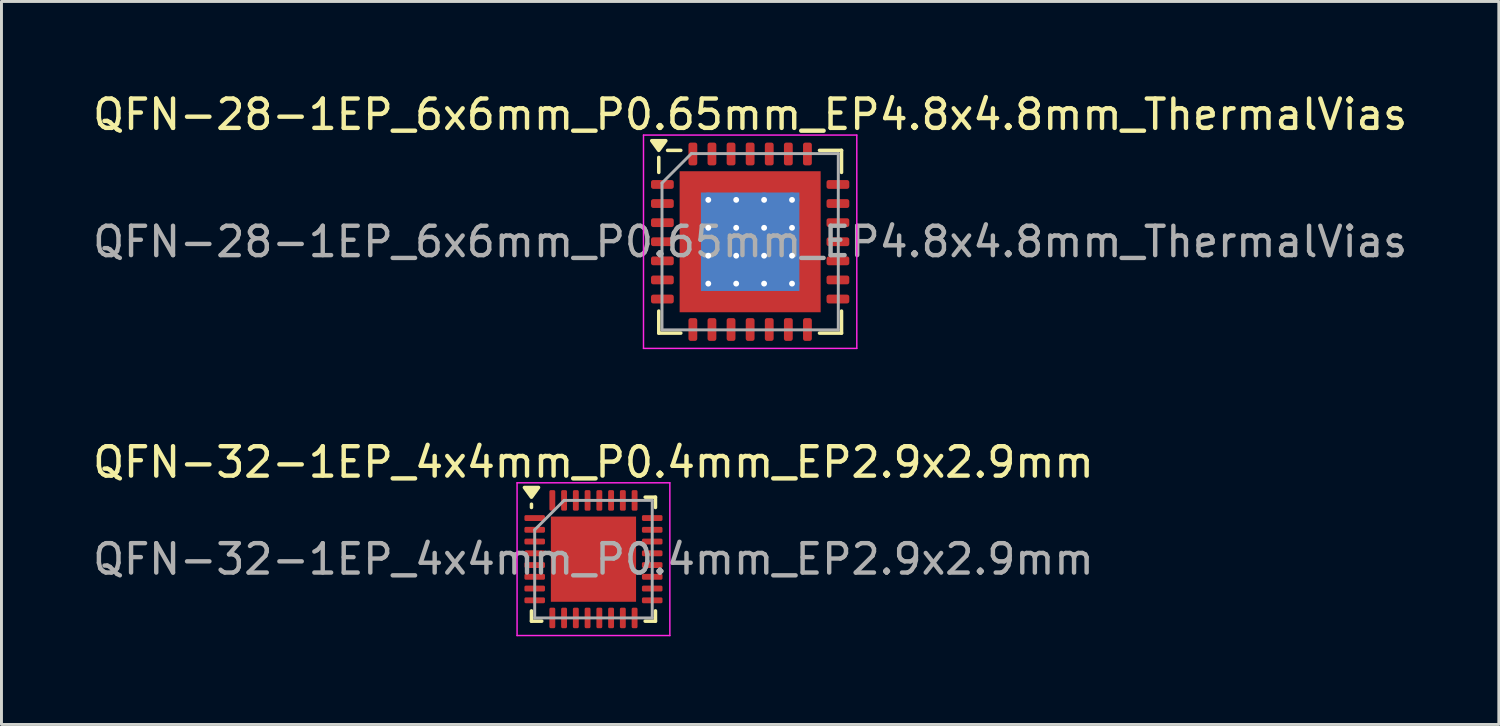
<source format=kicad_pcb>
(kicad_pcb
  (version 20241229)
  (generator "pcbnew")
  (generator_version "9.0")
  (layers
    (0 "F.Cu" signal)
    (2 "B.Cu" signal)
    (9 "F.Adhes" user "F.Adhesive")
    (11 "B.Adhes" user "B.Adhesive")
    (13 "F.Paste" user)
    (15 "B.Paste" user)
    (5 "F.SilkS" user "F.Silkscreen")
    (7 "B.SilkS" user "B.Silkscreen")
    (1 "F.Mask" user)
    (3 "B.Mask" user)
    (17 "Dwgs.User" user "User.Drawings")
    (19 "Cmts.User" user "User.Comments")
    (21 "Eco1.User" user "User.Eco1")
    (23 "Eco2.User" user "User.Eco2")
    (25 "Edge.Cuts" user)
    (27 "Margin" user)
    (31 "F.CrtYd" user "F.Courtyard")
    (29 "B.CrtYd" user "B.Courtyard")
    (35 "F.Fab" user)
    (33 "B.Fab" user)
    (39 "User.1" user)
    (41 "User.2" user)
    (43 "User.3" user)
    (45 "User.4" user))
  (footprint "QFN-32-1EP_4x4mm_P0.4mm_EP2.9x2.9mm"
    (layer "F.Cu")
    (at 17.149 15.982)
    (property "Reference" "QFN-32-1EP_4x4mm_P0.4mm_EP2.9x2.9mm" (at 0 -3.3 0) (layer "F.SilkS") (effects (font (size 1 1) (thickness 0.15))))
    (attr smd)
    (fp_line (start -2.11 -1.76) (end -2.11 -1.87) (stroke (width 0.12) (type solid)) (layer "F.SilkS"))
    (fp_line (start -2.11 2.11) (end -2.11 1.76) (stroke (width 0.12) (type solid)) (layer "F.SilkS"))
    (fp_line (start -1.76 2.11) (end -2.11 2.11) (stroke (width 0.12) (type solid)) (layer "F.SilkS"))
    (fp_line (start 1.76 -2.11) (end 2.11 -2.11) (stroke (width 0.12) (type solid)) (layer "F.SilkS"))
    (fp_line (start 1.76 2.11) (end 2.11 2.11) (stroke (width 0.12) (type solid)) (layer "F.SilkS"))
    (fp_line (start 2.11 -2.11) (end 2.11 -1.76) (stroke (width 0.12) (type solid)) (layer "F.SilkS"))
    (fp_line (start 2.11 2.11) (end 2.11 1.76) (stroke (width 0.12) (type solid)) (layer "F.SilkS"))
    (fp_poly (pts (xy -2.11 -2.11) (xy -2.35 -2.44) (xy -1.87 -2.44) (xy -2.11 -2.11)) (stroke (width 0.12) (type solid)) (fill yes) (layer "F.SilkS"))
    (fp_line (start -2.6 -2.6) (end -2.6 2.6) (stroke (width 0.05) (type solid)) (layer "F.CrtYd"))
    (fp_line (start -2.6 2.6) (end 2.6 2.6) (stroke (width 0.05) (type solid)) (layer "F.CrtYd"))
    (fp_line (start 2.6 -2.6) (end -2.6 -2.6) (stroke (width 0.05) (type solid)) (layer "F.CrtYd"))
    (fp_line (start 2.6 2.6) (end 2.6 -2.6) (stroke (width 0.05) (type solid)) (layer "F.CrtYd"))
    (fp_line (start -2 -1) (end -1 -2) (stroke (width 0.1) (type solid)) (layer "F.Fab"))
    (fp_line (start -2 2) (end -2 -1) (stroke (width 0.1) (type solid)) (layer "F.Fab"))
    (fp_line (start -1 -2) (end 2 -2) (stroke (width 0.1) (type solid)) (layer "F.Fab"))
    (fp_line (start 2 -2) (end 2 2) (stroke (width 0.1) (type solid)) (layer "F.Fab"))
    (fp_line (start 2 2) (end -2 2) (stroke (width 0.1) (type solid)) (layer "F.Fab"))
    (fp_text user "${REFERENCE}" (at 0 0 0) (layer "F.Fab") (effects (font (size 1 1) (thickness 0.15))))
    (pad "" smd roundrect (at -0.725 -0.725) (size 1.17 1.17) (layers "F.Paste") (roundrect_rratio 0.214))
    (pad "" smd roundrect (at -0.725 0.725) (size 1.17 1.17) (layers "F.Paste") (roundrect_rratio 0.214))
    (pad "" smd roundrect (at 0.725 -0.725) (size 1.17 1.17) (layers "F.Paste") (roundrect_rratio 0.214))
    (pad "" smd roundrect (at 0.725 0.725) (size 1.17 1.17) (layers "F.Paste") (roundrect_rratio 0.214))
    (pad "1" smd roundrect (at -2 -1.4) (size 0.7 0.2) (layers "F.Cu" "F.Mask" "F.Paste") (roundrect_rratio 0.25))
    (pad "2" smd roundrect (at -2 -1) (size 0.7 0.2) (layers "F.Cu" "F.Mask" "F.Paste") (roundrect_rratio 0.25))
    (pad "3" smd roundrect (at -2 -0.6) (size 0.7 0.2) (layers "F.Cu" "F.Mask" "F.Paste") (roundrect_rratio 0.25))
    (pad "4" smd roundrect (at -2 -0.2) (size 0.7 0.2) (layers "F.Cu" "F.Mask" "F.Paste") (roundrect_rratio 0.25))
    (pad "5" smd roundrect (at -2 0.2) (size 0.7 0.2) (layers "F.Cu" "F.Mask" "F.Paste") (roundrect_rratio 0.25))
    (pad "6" smd roundrect (at -2 0.6) (size 0.7 0.2) (layers "F.Cu" "F.Mask" "F.Paste") (roundrect_rratio 0.25))
    (pad "7" smd roundrect (at -2 1) (size 0.7 0.2) (layers "F.Cu" "F.Mask" "F.Paste") (roundrect_rratio 0.25))
    (pad "8" smd roundrect (at -2 1.4) (size 0.7 0.2) (layers "F.Cu" "F.Mask" "F.Paste") (roundrect_rratio 0.25))
    (pad "9" smd roundrect (at -1.4 2) (size 0.2 0.7) (layers "F.Cu" "F.Mask" "F.Paste") (roundrect_rratio 0.25))
    (pad "10" smd roundrect (at -1 2) (size 0.2 0.7) (layers "F.Cu" "F.Mask" "F.Paste") (roundrect_rratio 0.25))
    (pad "11" smd roundrect (at -0.6 2) (size 0.2 0.7) (layers "F.Cu" "F.Mask" "F.Paste") (roundrect_rratio 0.25))
    (pad "12" smd roundrect (at -0.2 2) (size 0.2 0.7) (layers "F.Cu" "F.Mask" "F.Paste") (roundrect_rratio 0.25))
    (pad "13" smd roundrect (at 0.2 2) (size 0.2 0.7) (layers "F.Cu" "F.Mask" "F.Paste") (roundrect_rratio 0.25))
    (pad "14" smd roundrect (at 0.6 2) (size 0.2 0.7) (layers "F.Cu" "F.Mask" "F.Paste") (roundrect_rratio 0.25))
    (pad "15" smd roundrect (at 1 2) (size 0.2 0.7) (layers "F.Cu" "F.Mask" "F.Paste") (roundrect_rratio 0.25))
    (pad "16" smd roundrect (at 1.4 2) (size 0.2 0.7) (layers "F.Cu" "F.Mask" "F.Paste") (roundrect_rratio 0.25))
    (pad "17" smd roundrect (at 2 1.4) (size 0.7 0.2) (layers "F.Cu" "F.Mask" "F.Paste") (roundrect_rratio 0.25))
    (pad "18" smd roundrect (at 2 1) (size 0.7 0.2) (layers "F.Cu" "F.Mask" "F.Paste") (roundrect_rratio 0.25))
    (pad "19" smd roundrect (at 2 0.6) (size 0.7 0.2) (layers "F.Cu" "F.Mask" "F.Paste") (roundrect_rratio 0.25))
    (pad "20" smd roundrect (at 2 0.2) (size 0.7 0.2) (layers "F.Cu" "F.Mask" "F.Paste") (roundrect_rratio 0.25))
    (pad "21" smd roundrect (at 2 -0.2) (size 0.7 0.2) (layers "F.Cu" "F.Mask" "F.Paste") (roundrect_rratio 0.25))
    (pad "22" smd roundrect (at 2 -0.6) (size 0.7 0.2) (layers "F.Cu" "F.Mask" "F.Paste") (roundrect_rratio 0.25))
    (pad "23" smd roundrect (at 2 -1) (size 0.7 0.2) (layers "F.Cu" "F.Mask" "F.Paste") (roundrect_rratio 0.25))
    (pad "24" smd roundrect (at 2 -1.4) (size 0.7 0.2) (layers "F.Cu" "F.Mask" "F.Paste") (roundrect_rratio 0.25))
    (pad "25" smd roundrect (at 1.4 -2) (size 0.2 0.7) (layers "F.Cu" "F.Mask" "F.Paste") (roundrect_rratio 0.25))
    (pad "26" smd roundrect (at 1 -2) (size 0.2 0.7) (layers "F.Cu" "F.Mask" "F.Paste") (roundrect_rratio 0.25))
    (pad "27" smd roundrect (at 0.6 -2) (size 0.2 0.7) (layers "F.Cu" "F.Mask" "F.Paste") (roundrect_rratio 0.25))
    (pad "28" smd roundrect (at 0.2 -2) (size 0.2 0.7) (layers "F.Cu" "F.Mask" "F.Paste") (roundrect_rratio 0.25))
    (pad "29" smd roundrect (at -0.2 -2) (size 0.2 0.7) (layers "F.Cu" "F.Mask" "F.Paste") (roundrect_rratio 0.25))
    (pad "30" smd roundrect (at -0.6 -2) (size 0.2 0.7) (layers "F.Cu" "F.Mask" "F.Paste") (roundrect_rratio 0.25))
    (pad "31" smd roundrect (at -1 -2) (size 0.2 0.7) (layers "F.Cu" "F.Mask" "F.Paste") (roundrect_rratio 0.25))
    (pad "32" smd roundrect (at -1.4 -2) (size 0.2 0.7) (layers "F.Cu" "F.Mask" "F.Paste") (roundrect_rratio 0.25))
    (pad "33" smd rect (at 0 0) (size 2.9 2.9) (property pad_prop_heatsink) (layers "F.Cu" "F.Mask")))
  (footprint "QFN-28-1EP_6x6mm_P0.65mm_EP4.8x4.8mm_ThermalVias"
    (layer "F.Cu")
    (at 22.482 5.178)
    (property "Reference" "QFN-28-1EP_6x6mm_P0.65mm_EP4.8x4.8mm_ThermalVias" (at 0 -4.33 0) (layer "F.SilkS") (effects (font (size 1 1) (thickness 0.15))))
    (attr smd)
    (fp_line (start -3.11 -2.36) (end -3.11 -2.87) (stroke (width 0.12) (type solid)) (layer "F.SilkS"))
    (fp_line (start -3.11 3.11) (end -3.11 2.36) (stroke (width 0.12) (type solid)) (layer "F.SilkS"))
    (fp_line (start -2.36 -3.11) (end -2.81 -3.11) (stroke (width 0.12) (type solid)) (layer "F.SilkS"))
    (fp_line (start -2.36 3.11) (end -3.11 3.11) (stroke (width 0.12) (type solid)) (layer "F.SilkS"))
    (fp_line (start 2.36 -3.11) (end 3.11 -3.11) (stroke (width 0.12) (type solid)) (layer "F.SilkS"))
    (fp_line (start 2.36 3.11) (end 3.11 3.11) (stroke (width 0.12) (type solid)) (layer "F.SilkS"))
    (fp_line (start 3.11 -3.11) (end 3.11 -2.36) (stroke (width 0.12) (type solid)) (layer "F.SilkS"))
    (fp_line (start 3.11 3.11) (end 3.11 2.36) (stroke (width 0.12) (type solid)) (layer "F.SilkS"))
    (fp_poly (pts (xy -3.11 -3.11) (xy -3.35 -3.44) (xy -2.87 -3.44) (xy -3.11 -3.11)) (stroke (width 0.12) (type solid)) (fill yes) (layer "F.SilkS"))
    (fp_line (start -3.63 -3.63) (end -3.63 3.63) (stroke (width 0.05) (type solid)) (layer "F.CrtYd"))
    (fp_line (start -3.63 3.63) (end 3.63 3.63) (stroke (width 0.05) (type solid)) (layer "F.CrtYd"))
    (fp_line (start 3.63 -3.63) (end -3.63 -3.63) (stroke (width 0.05) (type solid)) (layer "F.CrtYd"))
    (fp_line (start 3.63 3.63) (end 3.63 -3.63) (stroke (width 0.05) (type solid)) (layer "F.CrtYd"))
    (fp_line (start -3 -2) (end -2 -3) (stroke (width 0.1) (type solid)) (layer "F.Fab"))
    (fp_line (start -3 3) (end -3 -2) (stroke (width 0.1) (type solid)) (layer "F.Fab"))
    (fp_line (start -2 -3) (end 3 -3) (stroke (width 0.1) (type solid)) (layer "F.Fab"))
    (fp_line (start 3 -3) (end 3 3) (stroke (width 0.1) (type solid)) (layer "F.Fab"))
    (fp_line (start 3 3) (end -3 3) (stroke (width 0.1) (type solid)) (layer "F.Fab"))
    (fp_text user "${REFERENCE}" (at 0 0 0) (layer "F.Fab") (effects (font (size 1 1) (thickness 0.15))))
    (pad "" smd roundrect (at -1.913 -1.913) (size 0.786 0.786) (layers "F.Paste") (roundrect_rratio 0.25))
    (pad "" smd roundrect (at -1.913 -0.95) (size 0.786 0.766) (layers "F.Paste") (roundrect_rratio 0.25))
    (pad "" smd roundrect (at -1.913 0) (size 0.786 0.766) (layers "F.Paste") (roundrect_rratio 0.25))
    (pad "" smd roundrect (at -1.913 0.95) (size 0.786 0.766) (layers "F.Paste") (roundrect_rratio 0.25))
    (pad "" smd roundrect (at -1.913 1.913) (size 0.786 0.786) (layers "F.Paste") (roundrect_rratio 0.25))
    (pad "" smd roundrect (at -0.95 -1.913) (size 0.766 0.786) (layers "F.Paste") (roundrect_rratio 0.25))
    (pad "" smd roundrect (at -0.95 -0.95) (size 0.766 0.766) (layers "F.Paste") (roundrect_rratio 0.25))
    (pad "" smd roundrect (at -0.95 0) (size 0.766 0.766) (layers "F.Paste") (roundrect_rratio 0.25))
    (pad "" smd roundrect (at -0.95 0.95) (size 0.766 0.766) (layers "F.Paste") (roundrect_rratio 0.25))
    (pad "" smd roundrect (at -0.95 1.913) (size 0.766 0.786) (layers "F.Paste") (roundrect_rratio 0.25))
    (pad "" smd roundrect (at 0 -1.913) (size 0.766 0.786) (layers "F.Paste") (roundrect_rratio 0.25))
    (pad "" smd roundrect (at 0 -0.95) (size 0.766 0.766) (layers "F.Paste") (roundrect_rratio 0.25))
    (pad "" smd roundrect (at 0 0) (size 0.766 0.766) (layers "F.Paste") (roundrect_rratio 0.25))
    (pad "" smd roundrect (at 0 0.95) (size 0.766 0.766) (layers "F.Paste") (roundrect_rratio 0.25))
    (pad "" smd roundrect (at 0 1.913) (size 0.766 0.786) (layers "F.Paste") (roundrect_rratio 0.25))
    (pad "" smd roundrect (at 0.95 -1.913) (size 0.766 0.786) (layers "F.Paste") (roundrect_rratio 0.25))
    (pad "" smd roundrect (at 0.95 -0.95) (size 0.766 0.766) (layers "F.Paste") (roundrect_rratio 0.25))
    (pad "" smd roundrect (at 0.95 0) (size 0.766 0.766) (layers "F.Paste") (roundrect_rratio 0.25))
    (pad "" smd roundrect (at 0.95 0.95) (size 0.766 0.766) (layers "F.Paste") (roundrect_rratio 0.25))
    (pad "" smd roundrect (at 0.95 1.913) (size 0.766 0.786) (layers "F.Paste") (roundrect_rratio 0.25))
    (pad "" smd roundrect (at 1.913 -1.913) (size 0.786 0.786) (layers "F.Paste") (roundrect_rratio 0.25))
    (pad "" smd roundrect (at 1.913 -0.95) (size 0.786 0.766) (layers "F.Paste") (roundrect_rratio 0.25))
    (pad "" smd roundrect (at 1.913 0) (size 0.786 0.766) (layers "F.Paste") (roundrect_rratio 0.25))
    (pad "" smd roundrect (at 1.913 0.95) (size 0.786 0.766) (layers "F.Paste") (roundrect_rratio 0.25))
    (pad "" smd roundrect (at 1.913 1.913) (size 0.786 0.786) (layers "F.Paste") (roundrect_rratio 0.25))
    (pad "1" smd roundrect (at -2.987 -1.95) (size 0.775 0.3) (layers "F.Cu" "F.Mask" "F.Paste") (roundrect_rratio 0.25))
    (pad "2" smd roundrect (at -2.987 -1.3) (size 0.775 0.3) (layers "F.Cu" "F.Mask" "F.Paste") (roundrect_rratio 0.25))
    (pad "3" smd roundrect (at -2.987 -0.65) (size 0.775 0.3) (layers "F.Cu" "F.Mask" "F.Paste") (roundrect_rratio 0.25))
    (pad "4" smd roundrect (at -2.987 0) (size 0.775 0.3) (layers "F.Cu" "F.Mask" "F.Paste") (roundrect_rratio 0.25))
    (pad "5" smd roundrect (at -2.987 0.65) (size 0.775 0.3) (layers "F.Cu" "F.Mask" "F.Paste") (roundrect_rratio 0.25))
    (pad "6" smd roundrect (at -2.987 1.3) (size 0.775 0.3) (layers "F.Cu" "F.Mask" "F.Paste") (roundrect_rratio 0.25))
    (pad "7" smd roundrect (at -2.987 1.95) (size 0.775 0.3) (layers "F.Cu" "F.Mask" "F.Paste") (roundrect_rratio 0.25))
    (pad "8" smd roundrect (at -1.95 2.987) (size 0.3 0.775) (layers "F.Cu" "F.Mask" "F.Paste") (roundrect_rratio 0.25))
    (pad "9" smd roundrect (at -1.3 2.987) (size 0.3 0.775) (layers "F.Cu" "F.Mask" "F.Paste") (roundrect_rratio 0.25))
    (pad "10" smd roundrect (at -0.65 2.987) (size 0.3 0.775) (layers "F.Cu" "F.Mask" "F.Paste") (roundrect_rratio 0.25))
    (pad "11" smd roundrect (at 0 2.987) (size 0.3 0.775) (layers "F.Cu" "F.Mask" "F.Paste") (roundrect_rratio 0.25))
    (pad "12" smd roundrect (at 0.65 2.987) (size 0.3 0.775) (layers "F.Cu" "F.Mask" "F.Paste") (roundrect_rratio 0.25))
    (pad "13" smd roundrect (at 1.3 2.987) (size 0.3 0.775) (layers "F.Cu" "F.Mask" "F.Paste") (roundrect_rratio 0.25))
    (pad "14" smd roundrect (at 1.95 2.987) (size 0.3 0.775) (layers "F.Cu" "F.Mask" "F.Paste") (roundrect_rratio 0.25))
    (pad "15" smd roundrect (at 2.987 1.95) (size 0.775 0.3) (layers "F.Cu" "F.Mask" "F.Paste") (roundrect_rratio 0.25))
    (pad "16" smd roundrect (at 2.987 1.3) (size 0.775 0.3) (layers "F.Cu" "F.Mask" "F.Paste") (roundrect_rratio 0.25))
    (pad "17" smd roundrect (at 2.987 0.65) (size 0.775 0.3) (layers "F.Cu" "F.Mask" "F.Paste") (roundrect_rratio 0.25))
    (pad "18" smd roundrect (at 2.987 0) (size 0.775 0.3) (layers "F.Cu" "F.Mask" "F.Paste") (roundrect_rratio 0.25))
    (pad "19" smd roundrect (at 2.987 -0.65) (size 0.775 0.3) (layers "F.Cu" "F.Mask" "F.Paste") (roundrect_rratio 0.25))
    (pad "20" smd roundrect (at 2.987 -1.3) (size 0.775 0.3) (layers "F.Cu" "F.Mask" "F.Paste") (roundrect_rratio 0.25))
    (pad "21" smd roundrect (at 2.987 -1.95) (size 0.775 0.3) (layers "F.Cu" "F.Mask" "F.Paste") (roundrect_rratio 0.25))
    (pad "22" smd roundrect (at 1.95 -2.987) (size 0.3 0.775) (layers "F.Cu" "F.Mask" "F.Paste") (roundrect_rratio 0.25))
    (pad "23" smd roundrect (at 1.3 -2.987) (size 0.3 0.775) (layers "F.Cu" "F.Mask" "F.Paste") (roundrect_rratio 0.25))
    (pad "24" smd roundrect (at 0.65 -2.987) (size 0.3 0.775) (layers "F.Cu" "F.Mask" "F.Paste") (roundrect_rratio 0.25))
    (pad "25" smd roundrect (at 0 -2.987) (size 0.3 0.775) (layers "F.Cu" "F.Mask" "F.Paste") (roundrect_rratio 0.25))
    (pad "26" smd roundrect (at -0.65 -2.987) (size 0.3 0.775) (layers "F.Cu" "F.Mask" "F.Paste") (roundrect_rratio 0.25))
    (pad "27" smd roundrect (at -1.3 -2.987) (size 0.3 0.775) (layers "F.Cu" "F.Mask" "F.Paste") (roundrect_rratio 0.25))
    (pad "28" smd roundrect (at -1.95 -2.987) (size 0.3 0.775) (layers "F.Cu" "F.Mask" "F.Paste") (roundrect_rratio 0.25))
    (pad "29" thru_hole circle (at -1.425 -1.425) (size 0.5 0.5) (drill 0.2) (property pad_prop_heatsink) (layers "*.Cu"))
    (pad "29" thru_hole circle (at -1.425 -0.475) (size 0.5 0.5) (drill 0.2) (property pad_prop_heatsink) (layers "*.Cu"))
    (pad "29" thru_hole circle (at -1.425 0.475) (size 0.5 0.5) (drill 0.2) (property pad_prop_heatsink) (layers "*.Cu"))
    (pad "29" thru_hole circle (at -1.425 1.425) (size 0.5 0.5) (drill 0.2) (property pad_prop_heatsink) (layers "*.Cu"))
    (pad "29" thru_hole circle (at -0.475 -1.425) (size 0.5 0.5) (drill 0.2) (property pad_prop_heatsink) (layers "*.Cu"))
    (pad "29" thru_hole circle (at -0.475 -0.475) (size 0.5 0.5) (drill 0.2) (property pad_prop_heatsink) (layers "*.Cu"))
    (pad "29" thru_hole circle (at -0.475 0.475) (size 0.5 0.5) (drill 0.2) (property pad_prop_heatsink) (layers "*.Cu"))
    (pad "29" thru_hole circle (at -0.475 1.425) (size 0.5 0.5) (drill 0.2) (property pad_prop_heatsink) (layers "*.Cu"))
    (pad "29" smd rect (at 0 0) (size 3.35 3.35) (property pad_prop_heatsink) (layers "B.Cu"))
    (pad "29" smd rect (at 0 0) (size 4.8 4.8) (property pad_prop_heatsink) (layers "F.Cu" "F.Mask"))
    (pad "29" thru_hole circle (at 0.475 -1.425) (size 0.5 0.5) (drill 0.2) (property pad_prop_heatsink) (layers "*.Cu"))
    (pad "29" thru_hole circle (at 0.475 -0.475) (size 0.5 0.5) (drill 0.2) (property pad_prop_heatsink) (layers "*.Cu"))
    (pad "29" thru_hole circle (at 0.475 0.475) (size 0.5 0.5) (drill 0.2) (property pad_prop_heatsink) (layers "*.Cu"))
    (pad "29" thru_hole circle (at 0.475 1.425) (size 0.5 0.5) (drill 0.2) (property pad_prop_heatsink) (layers "*.Cu"))
    (pad "29" thru_hole circle (at 1.425 -1.425) (size 0.5 0.5) (drill 0.2) (property pad_prop_heatsink) (layers "*.Cu"))
    (pad "29" thru_hole circle (at 1.425 -0.475) (size 0.5 0.5) (drill 0.2) (property pad_prop_heatsink) (layers "*.Cu"))
    (pad "29" thru_hole circle (at 1.425 0.475) (size 0.5 0.5) (drill 0.2) (property pad_prop_heatsink) (layers "*.Cu"))
    (pad "29" thru_hole circle (at 1.425 1.425) (size 0.5 0.5) (drill 0.2) (property pad_prop_heatsink) (layers "*.Cu")))
  (gr_rect
    (start -3 -3)
    (end 47.964 21.607)
    (stroke (width 0.1) (type default))
    (fill no)
    (layer "Edge.Cuts")))
</source>
